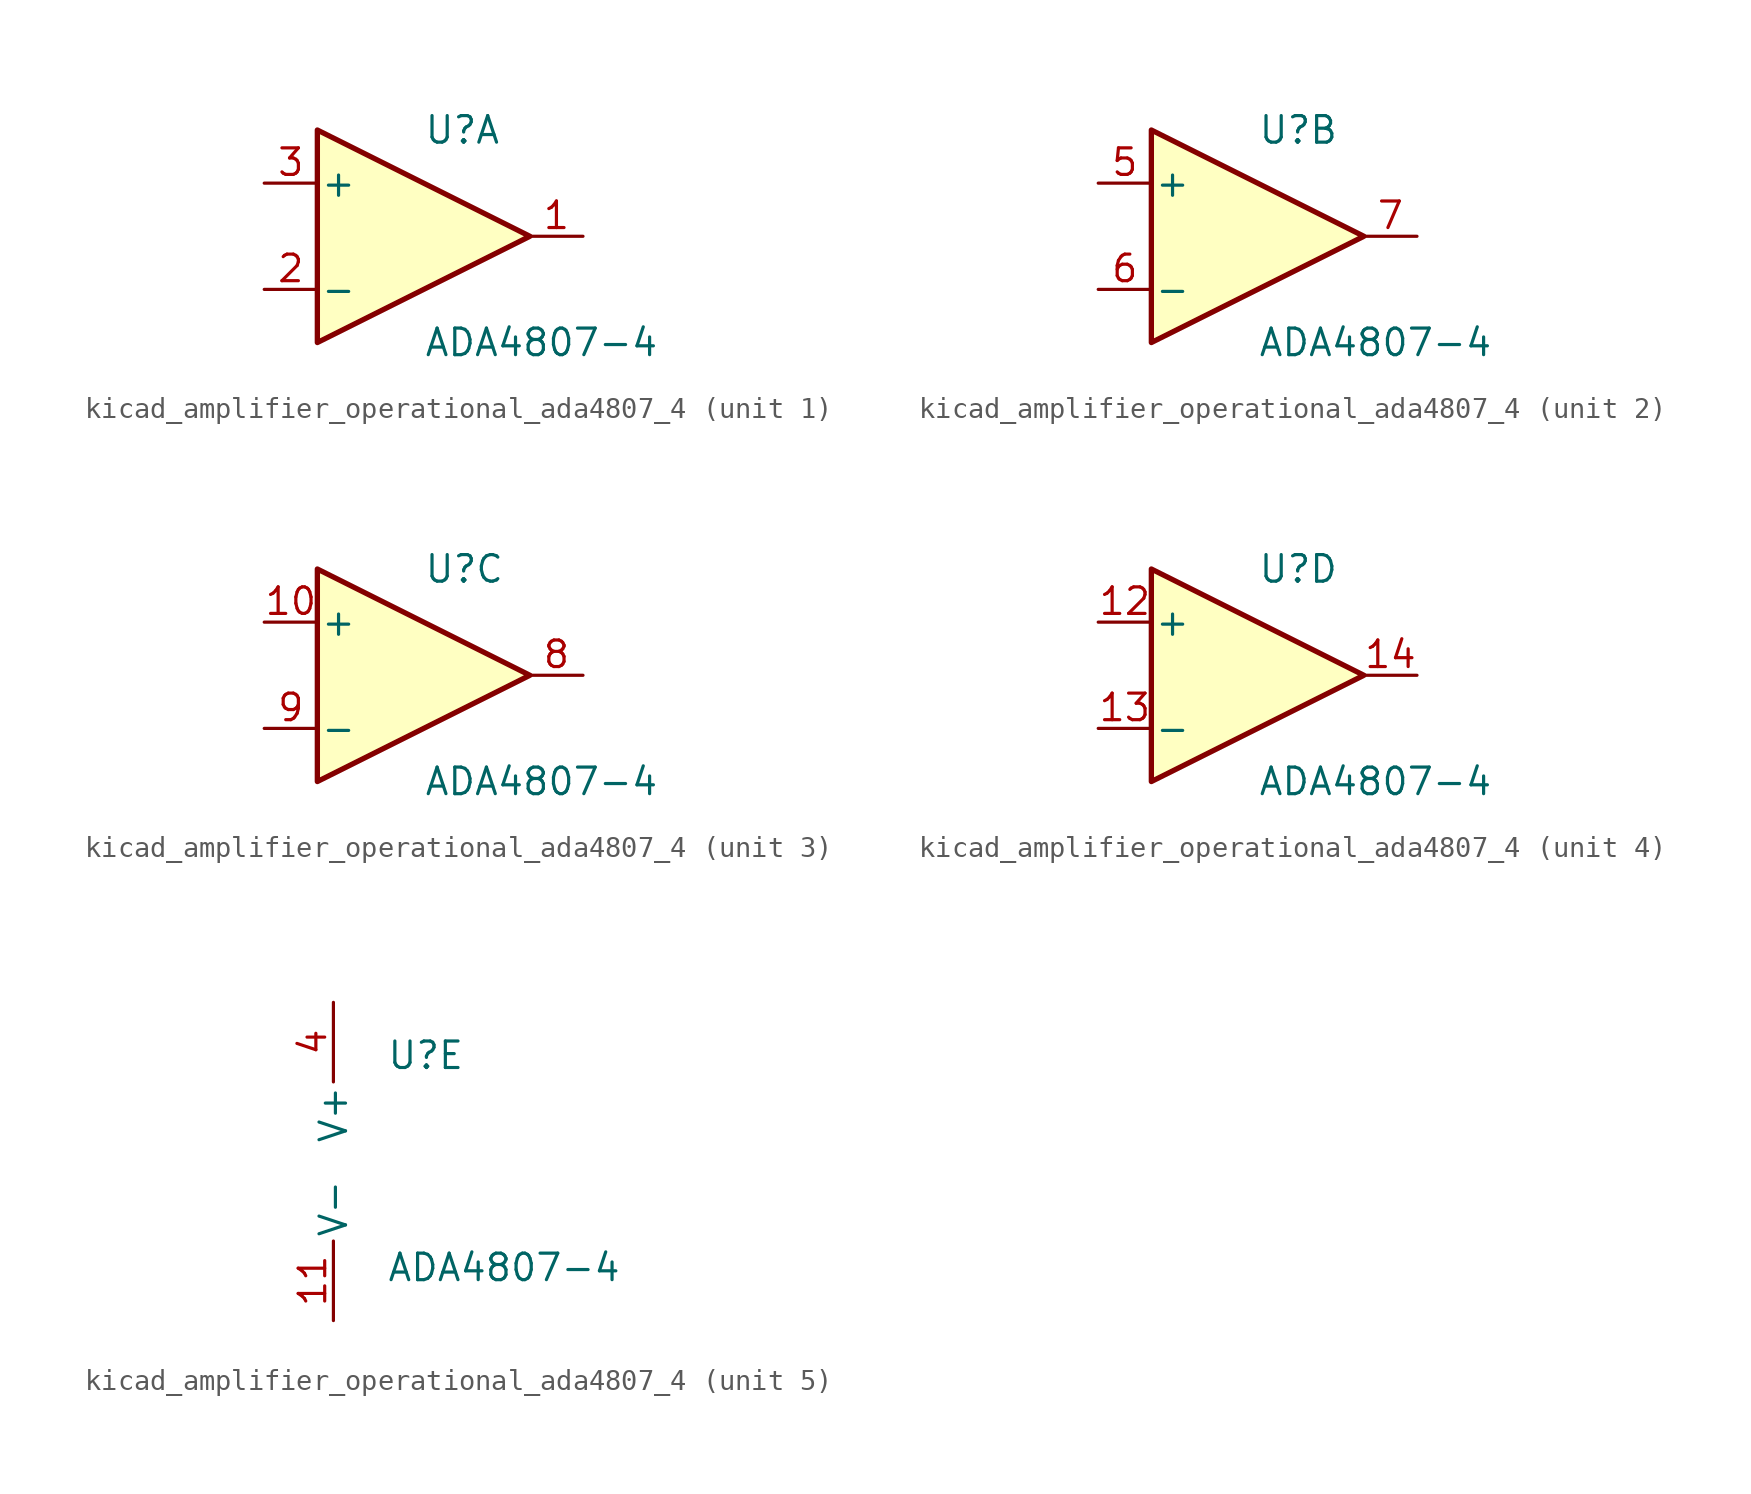
<source format=kicad_sym>
(kicad_symbol_lib
  (version 20220914)
  (generator kicad_symbol_editor)
  (symbol "kicad_amplifier_operational_ada4807_4"
    (pin_names
      (offset 0.127))
    (property "Reference" "U"
      (at 0 5.08 0)
      (effects (font (size 1.27 1.27)) (justify left)))
    (property "Value" "ADA4807-4"
      (at 0 -5.08 0)
      (effects (font (size 1.27 1.27)) (justify left)))
    (property "ki_locked" ""
      (at 0 0 0)
      (effects (font (size 1.27 1.27))))
    (symbol "kicad_amplifier_operational_ada4807_4_1_1"
      (polyline (pts (xy -5.08 5.08) (xy 5.08 0) (xy -5.08 -5.08) (xy -5.08 5.08)) (stroke (width 0.254) (type default)) (fill (type background)))
      (pin output line (at 7.62 0 180) (length 2.54) (name "~" (effects (font (size 1.27 1.27)))) (number "1" (effects (font (size 1.27 1.27)))))
      (pin input line (at -7.62 -2.54 0) (length 2.54) (name "-" (effects (font (size 1.27 1.27)))) (number "2" (effects (font (size 1.27 1.27)))))
      (pin input line (at -7.62 2.54 0) (length 2.54) (name "+" (effects (font (size 1.27 1.27)))) (number "3" (effects (font (size 1.27 1.27))))))
    (symbol "kicad_amplifier_operational_ada4807_4_2_1"
      (polyline (pts (xy -5.08 5.08) (xy 5.08 0) (xy -5.08 -5.08) (xy -5.08 5.08)) (stroke (width 0.254) (type default)) (fill (type background)))
      (pin input line (at -7.62 2.54 0) (length 2.54) (name "+" (effects (font (size 1.27 1.27)))) (number "5" (effects (font (size 1.27 1.27)))))
      (pin input line (at -7.62 -2.54 0) (length 2.54) (name "-" (effects (font (size 1.27 1.27)))) (number "6" (effects (font (size 1.27 1.27)))))
      (pin output line (at 7.62 0 180) (length 2.54) (name "~" (effects (font (size 1.27 1.27)))) (number "7" (effects (font (size 1.27 1.27))))))
    (symbol "kicad_amplifier_operational_ada4807_4_3_1"
      (polyline (pts (xy -5.08 5.08) (xy 5.08 0) (xy -5.08 -5.08) (xy -5.08 5.08)) (stroke (width 0.254) (type default)) (fill (type background)))
      (pin input line (at -7.62 2.54 0) (length 2.54) (name "+" (effects (font (size 1.27 1.27)))) (number "10" (effects (font (size 1.27 1.27)))))
      (pin output line (at 7.62 0 180) (length 2.54) (name "~" (effects (font (size 1.27 1.27)))) (number "8" (effects (font (size 1.27 1.27)))))
      (pin input line (at -7.62 -2.54 0) (length 2.54) (name "-" (effects (font (size 1.27 1.27)))) (number "9" (effects (font (size 1.27 1.27))))))
    (symbol "kicad_amplifier_operational_ada4807_4_4_1"
      (polyline (pts (xy -5.08 5.08) (xy 5.08 0) (xy -5.08 -5.08) (xy -5.08 5.08)) (stroke (width 0.254) (type default)) (fill (type background)))
      (pin input line (at -7.62 2.54 0) (length 2.54) (name "+" (effects (font (size 1.27 1.27)))) (number "12" (effects (font (size 1.27 1.27)))))
      (pin input line (at -7.62 -2.54 0) (length 2.54) (name "-" (effects (font (size 1.27 1.27)))) (number "13" (effects (font (size 1.27 1.27)))))
      (pin output line (at 7.62 0 180) (length 2.54) (name "~" (effects (font (size 1.27 1.27)))) (number "14" (effects (font (size 1.27 1.27))))))
    (symbol "kicad_amplifier_operational_ada4807_4_5_1"
      (pin power_in line (at -2.54 -7.62 90) (length 3.81) (name "V-" (effects (font (size 1.27 1.27)))) (number "11" (effects (font (size 1.27 1.27)))))
      (pin power_in line (at -2.54 7.62 270) (length 3.81) (name "V+" (effects (font (size 1.27 1.27)))) (number "4" (effects (font (size 1.27 1.27))))))))
</source>
